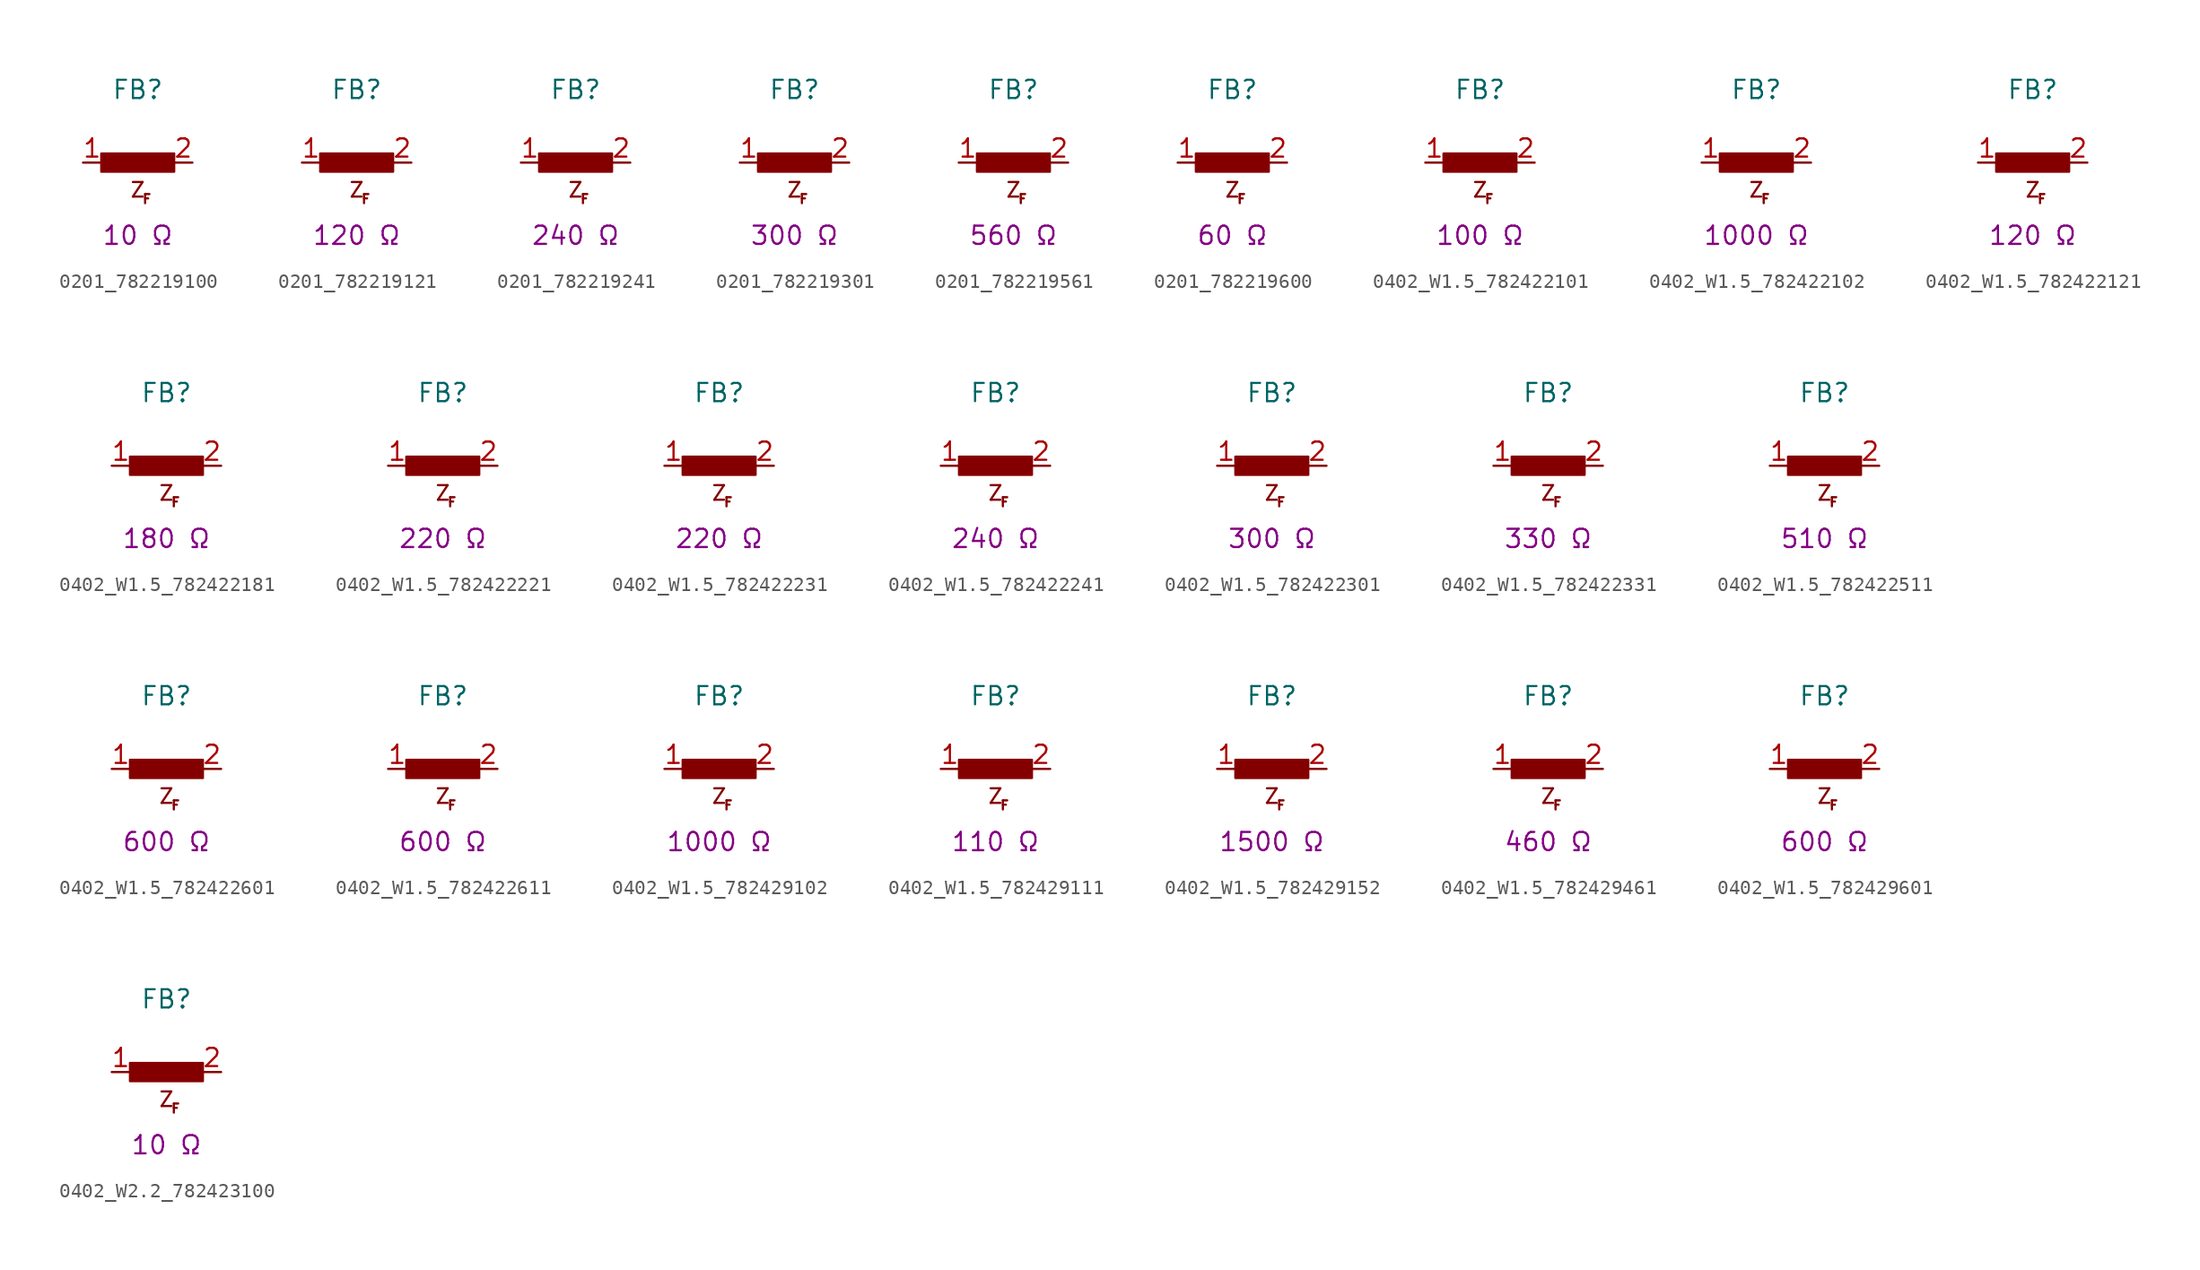
<source format=kicad_sym>
(kicad_symbol_lib
  (version 20220914)
  (generator kicad_symbol_editor)
  (symbol "0201_782219100"
    (pin_names hide)
    (property "Reference" "FB"
      (at 0 5.08 0)
      (effects (font (size 1.27 1.27))))
    (property "Critical Parameter" "10 Ω"
      (at 0 -5.08 0)
      (effects (font (size 1.27 1.27))))
    (symbol "0201_782219100_0_1"
      (rectangle (start -2.54 0.635) (end 2.54 -0.635) (stroke (width 0) (type default)) (fill (type outline)))
      (text "F" (at 0.635 -2.54 0) (effects (font (size 0.635 0.635))))
      (text "Z" (at 0 -1.905 0) (effects (font (size 1.016 1.016))))
      (pin passive line (at -3.81 0 0) (length 1.27) (name "1" (effects (font (size 1.27 1.27)))) (number "1" (effects (font (size 1.27 1.27)))))
      (pin passive line (at 3.81 0 180) (length 1.27) (name "2" (effects (font (size 1.27 1.27)))) (number "2" (effects (font (size 1.27 1.27)))))))
  (symbol "0201_782219121"
    (pin_names hide)
    (property "Reference" "FB"
      (at 0 5.08 0)
      (effects (font (size 1.27 1.27))))
    (property "Critical Parameter" "120 Ω"
      (at 0 -5.08 0)
      (effects (font (size 1.27 1.27))))
    (symbol "0201_782219121_0_1"
      (rectangle (start -2.54 0.635) (end 2.54 -0.635) (stroke (width 0) (type default)) (fill (type outline)))
      (text "F" (at 0.635 -2.54 0) (effects (font (size 0.635 0.635))))
      (text "Z" (at 0 -1.905 0) (effects (font (size 1.016 1.016))))
      (pin passive line (at -3.81 0 0) (length 1.27) (name "1" (effects (font (size 1.27 1.27)))) (number "1" (effects (font (size 1.27 1.27)))))
      (pin passive line (at 3.81 0 180) (length 1.27) (name "2" (effects (font (size 1.27 1.27)))) (number "2" (effects (font (size 1.27 1.27)))))))
  (symbol "0201_782219241"
    (pin_names hide)
    (property "Reference" "FB"
      (at 0 5.08 0)
      (effects (font (size 1.27 1.27))))
    (property "Critical Parameter" "240 Ω"
      (at 0 -5.08 0)
      (effects (font (size 1.27 1.27))))
    (symbol "0201_782219241_0_1"
      (rectangle (start -2.54 0.635) (end 2.54 -0.635) (stroke (width 0) (type default)) (fill (type outline)))
      (text "F" (at 0.635 -2.54 0) (effects (font (size 0.635 0.635))))
      (text "Z" (at 0 -1.905 0) (effects (font (size 1.016 1.016))))
      (pin passive line (at -3.81 0 0) (length 1.27) (name "1" (effects (font (size 1.27 1.27)))) (number "1" (effects (font (size 1.27 1.27)))))
      (pin passive line (at 3.81 0 180) (length 1.27) (name "2" (effects (font (size 1.27 1.27)))) (number "2" (effects (font (size 1.27 1.27)))))))
  (symbol "0201_782219301"
    (pin_names hide)
    (property "Reference" "FB"
      (at 0 5.08 0)
      (effects (font (size 1.27 1.27))))
    (property "Critical Parameter" "300 Ω"
      (at 0 -5.08 0)
      (effects (font (size 1.27 1.27))))
    (symbol "0201_782219301_0_1"
      (rectangle (start -2.54 0.635) (end 2.54 -0.635) (stroke (width 0) (type default)) (fill (type outline)))
      (text "F" (at 0.635 -2.54 0) (effects (font (size 0.635 0.635))))
      (text "Z" (at 0 -1.905 0) (effects (font (size 1.016 1.016))))
      (pin passive line (at -3.81 0 0) (length 1.27) (name "1" (effects (font (size 1.27 1.27)))) (number "1" (effects (font (size 1.27 1.27)))))
      (pin passive line (at 3.81 0 180) (length 1.27) (name "2" (effects (font (size 1.27 1.27)))) (number "2" (effects (font (size 1.27 1.27)))))))
  (symbol "0201_782219561"
    (pin_names hide)
    (property "Reference" "FB"
      (at 0 5.08 0)
      (effects (font (size 1.27 1.27))))
    (property "Critical Parameter" "560 Ω"
      (at 0 -5.08 0)
      (effects (font (size 1.27 1.27))))
    (symbol "0201_782219561_0_1"
      (rectangle (start -2.54 0.635) (end 2.54 -0.635) (stroke (width 0) (type default)) (fill (type outline)))
      (text "F" (at 0.635 -2.54 0) (effects (font (size 0.635 0.635))))
      (text "Z" (at 0 -1.905 0) (effects (font (size 1.016 1.016))))
      (pin passive line (at -3.81 0 0) (length 1.27) (name "1" (effects (font (size 1.27 1.27)))) (number "1" (effects (font (size 1.27 1.27)))))
      (pin passive line (at 3.81 0 180) (length 1.27) (name "2" (effects (font (size 1.27 1.27)))) (number "2" (effects (font (size 1.27 1.27)))))))
  (symbol "0201_782219600"
    (pin_names hide)
    (property "Reference" "FB"
      (at 0 5.08 0)
      (effects (font (size 1.27 1.27))))
    (property "Critical Parameter" "60 Ω"
      (at 0 -5.08 0)
      (effects (font (size 1.27 1.27))))
    (symbol "0201_782219600_0_1"
      (rectangle (start -2.54 0.635) (end 2.54 -0.635) (stroke (width 0) (type default)) (fill (type outline)))
      (text "F" (at 0.635 -2.54 0) (effects (font (size 0.635 0.635))))
      (text "Z" (at 0 -1.905 0) (effects (font (size 1.016 1.016))))
      (pin passive line (at -3.81 0 0) (length 1.27) (name "1" (effects (font (size 1.27 1.27)))) (number "1" (effects (font (size 1.27 1.27)))))
      (pin passive line (at 3.81 0 180) (length 1.27) (name "2" (effects (font (size 1.27 1.27)))) (number "2" (effects (font (size 1.27 1.27)))))))
  (symbol "0402_W1.5_782422101"
    (pin_names hide)
    (property "Reference" "FB"
      (at 0 5.08 0)
      (effects (font (size 1.27 1.27))))
    (property "Critical Parameter" "100 Ω"
      (at 0 -5.08 0)
      (effects (font (size 1.27 1.27))))
    (symbol "0402_W1.5_782422101_0_1"
      (rectangle (start -2.54 0.635) (end 2.54 -0.635) (stroke (width 0) (type default)) (fill (type outline)))
      (text "F" (at 0.635 -2.54 0) (effects (font (size 0.635 0.635))))
      (text "Z" (at 0 -1.905 0) (effects (font (size 1.016 1.016))))
      (pin passive line (at -3.81 0 0) (length 1.27) (name "1" (effects (font (size 1.27 1.27)))) (number "1" (effects (font (size 1.27 1.27)))))
      (pin passive line (at 3.81 0 180) (length 1.27) (name "2" (effects (font (size 1.27 1.27)))) (number "2" (effects (font (size 1.27 1.27)))))))
  (symbol "0402_W1.5_782422102"
    (pin_names hide)
    (property "Reference" "FB"
      (at 0 5.08 0)
      (effects (font (size 1.27 1.27))))
    (property "Critical Parameter" "1000 Ω"
      (at 0 -5.08 0)
      (effects (font (size 1.27 1.27))))
    (symbol "0402_W1.5_782422102_0_1"
      (rectangle (start -2.54 0.635) (end 2.54 -0.635) (stroke (width 0) (type default)) (fill (type outline)))
      (text "F" (at 0.635 -2.54 0) (effects (font (size 0.635 0.635))))
      (text "Z" (at 0 -1.905 0) (effects (font (size 1.016 1.016))))
      (pin passive line (at -3.81 0 0) (length 1.27) (name "1" (effects (font (size 1.27 1.27)))) (number "1" (effects (font (size 1.27 1.27)))))
      (pin passive line (at 3.81 0 180) (length 1.27) (name "2" (effects (font (size 1.27 1.27)))) (number "2" (effects (font (size 1.27 1.27)))))))
  (symbol "0402_W1.5_782422121"
    (pin_names hide)
    (property "Reference" "FB"
      (at 0 5.08 0)
      (effects (font (size 1.27 1.27))))
    (property "Critical Parameter" "120 Ω"
      (at 0 -5.08 0)
      (effects (font (size 1.27 1.27))))
    (symbol "0402_W1.5_782422121_0_1"
      (rectangle (start -2.54 0.635) (end 2.54 -0.635) (stroke (width 0) (type default)) (fill (type outline)))
      (text "F" (at 0.635 -2.54 0) (effects (font (size 0.635 0.635))))
      (text "Z" (at 0 -1.905 0) (effects (font (size 1.016 1.016))))
      (pin passive line (at -3.81 0 0) (length 1.27) (name "1" (effects (font (size 1.27 1.27)))) (number "1" (effects (font (size 1.27 1.27)))))
      (pin passive line (at 3.81 0 180) (length 1.27) (name "2" (effects (font (size 1.27 1.27)))) (number "2" (effects (font (size 1.27 1.27)))))))
  (symbol "0402_W1.5_782422181"
    (pin_names hide)
    (property "Reference" "FB"
      (at 0 5.08 0)
      (effects (font (size 1.27 1.27))))
    (property "Critical Parameter" "180 Ω"
      (at 0 -5.08 0)
      (effects (font (size 1.27 1.27))))
    (symbol "0402_W1.5_782422181_0_1"
      (rectangle (start -2.54 0.635) (end 2.54 -0.635) (stroke (width 0) (type default)) (fill (type outline)))
      (text "F" (at 0.635 -2.54 0) (effects (font (size 0.635 0.635))))
      (text "Z" (at 0 -1.905 0) (effects (font (size 1.016 1.016))))
      (pin passive line (at -3.81 0 0) (length 1.27) (name "1" (effects (font (size 1.27 1.27)))) (number "1" (effects (font (size 1.27 1.27)))))
      (pin passive line (at 3.81 0 180) (length 1.27) (name "2" (effects (font (size 1.27 1.27)))) (number "2" (effects (font (size 1.27 1.27)))))))
  (symbol "0402_W1.5_782422221"
    (pin_names hide)
    (property "Reference" "FB"
      (at 0 5.08 0)
      (effects (font (size 1.27 1.27))))
    (property "Critical Parameter" "220 Ω"
      (at 0 -5.08 0)
      (effects (font (size 1.27 1.27))))
    (symbol "0402_W1.5_782422221_0_1"
      (rectangle (start -2.54 0.635) (end 2.54 -0.635) (stroke (width 0) (type default)) (fill (type outline)))
      (text "F" (at 0.635 -2.54 0) (effects (font (size 0.635 0.635))))
      (text "Z" (at 0 -1.905 0) (effects (font (size 1.016 1.016))))
      (pin passive line (at -3.81 0 0) (length 1.27) (name "1" (effects (font (size 1.27 1.27)))) (number "1" (effects (font (size 1.27 1.27)))))
      (pin passive line (at 3.81 0 180) (length 1.27) (name "2" (effects (font (size 1.27 1.27)))) (number "2" (effects (font (size 1.27 1.27)))))))
  (symbol "0402_W1.5_782422231"
    (pin_names hide)
    (property "Reference" "FB"
      (at 0 5.08 0)
      (effects (font (size 1.27 1.27))))
    (property "Critical Parameter" "220 Ω"
      (at 0 -5.08 0)
      (effects (font (size 1.27 1.27))))
    (symbol "0402_W1.5_782422231_0_1"
      (rectangle (start -2.54 0.635) (end 2.54 -0.635) (stroke (width 0) (type default)) (fill (type outline)))
      (text "F" (at 0.635 -2.54 0) (effects (font (size 0.635 0.635))))
      (text "Z" (at 0 -1.905 0) (effects (font (size 1.016 1.016))))
      (pin passive line (at -3.81 0 0) (length 1.27) (name "1" (effects (font (size 1.27 1.27)))) (number "1" (effects (font (size 1.27 1.27)))))
      (pin passive line (at 3.81 0 180) (length 1.27) (name "2" (effects (font (size 1.27 1.27)))) (number "2" (effects (font (size 1.27 1.27)))))))
  (symbol "0402_W1.5_782422241"
    (pin_names hide)
    (property "Reference" "FB"
      (at 0 5.08 0)
      (effects (font (size 1.27 1.27))))
    (property "Critical Parameter" "240 Ω"
      (at 0 -5.08 0)
      (effects (font (size 1.27 1.27))))
    (symbol "0402_W1.5_782422241_0_1"
      (rectangle (start -2.54 0.635) (end 2.54 -0.635) (stroke (width 0) (type default)) (fill (type outline)))
      (text "F" (at 0.635 -2.54 0) (effects (font (size 0.635 0.635))))
      (text "Z" (at 0 -1.905 0) (effects (font (size 1.016 1.016))))
      (pin passive line (at -3.81 0 0) (length 1.27) (name "1" (effects (font (size 1.27 1.27)))) (number "1" (effects (font (size 1.27 1.27)))))
      (pin passive line (at 3.81 0 180) (length 1.27) (name "2" (effects (font (size 1.27 1.27)))) (number "2" (effects (font (size 1.27 1.27)))))))
  (symbol "0402_W1.5_782422301"
    (pin_names hide)
    (property "Reference" "FB"
      (at 0 5.08 0)
      (effects (font (size 1.27 1.27))))
    (property "Critical Parameter" "300 Ω"
      (at 0 -5.08 0)
      (effects (font (size 1.27 1.27))))
    (symbol "0402_W1.5_782422301_0_1"
      (rectangle (start -2.54 0.635) (end 2.54 -0.635) (stroke (width 0) (type default)) (fill (type outline)))
      (text "F" (at 0.635 -2.54 0) (effects (font (size 0.635 0.635))))
      (text "Z" (at 0 -1.905 0) (effects (font (size 1.016 1.016))))
      (pin passive line (at -3.81 0 0) (length 1.27) (name "1" (effects (font (size 1.27 1.27)))) (number "1" (effects (font (size 1.27 1.27)))))
      (pin passive line (at 3.81 0 180) (length 1.27) (name "2" (effects (font (size 1.27 1.27)))) (number "2" (effects (font (size 1.27 1.27)))))))
  (symbol "0402_W1.5_782422331"
    (pin_names hide)
    (property "Reference" "FB"
      (at 0 5.08 0)
      (effects (font (size 1.27 1.27))))
    (property "Critical Parameter" "330 Ω"
      (at 0 -5.08 0)
      (effects (font (size 1.27 1.27))))
    (symbol "0402_W1.5_782422331_0_1"
      (rectangle (start -2.54 0.635) (end 2.54 -0.635) (stroke (width 0) (type default)) (fill (type outline)))
      (text "F" (at 0.635 -2.54 0) (effects (font (size 0.635 0.635))))
      (text "Z" (at 0 -1.905 0) (effects (font (size 1.016 1.016))))
      (pin passive line (at -3.81 0 0) (length 1.27) (name "1" (effects (font (size 1.27 1.27)))) (number "1" (effects (font (size 1.27 1.27)))))
      (pin passive line (at 3.81 0 180) (length 1.27) (name "2" (effects (font (size 1.27 1.27)))) (number "2" (effects (font (size 1.27 1.27)))))))
  (symbol "0402_W1.5_782422511"
    (pin_names hide)
    (property "Reference" "FB"
      (at 0 5.08 0)
      (effects (font (size 1.27 1.27))))
    (property "Critical Parameter" "510 Ω"
      (at 0 -5.08 0)
      (effects (font (size 1.27 1.27))))
    (symbol "0402_W1.5_782422511_0_1"
      (rectangle (start -2.54 0.635) (end 2.54 -0.635) (stroke (width 0) (type default)) (fill (type outline)))
      (text "F" (at 0.635 -2.54 0) (effects (font (size 0.635 0.635))))
      (text "Z" (at 0 -1.905 0) (effects (font (size 1.016 1.016))))
      (pin passive line (at -3.81 0 0) (length 1.27) (name "1" (effects (font (size 1.27 1.27)))) (number "1" (effects (font (size 1.27 1.27)))))
      (pin passive line (at 3.81 0 180) (length 1.27) (name "2" (effects (font (size 1.27 1.27)))) (number "2" (effects (font (size 1.27 1.27)))))))
  (symbol "0402_W1.5_782422601"
    (pin_names hide)
    (property "Reference" "FB"
      (at 0 5.08 0)
      (effects (font (size 1.27 1.27))))
    (property "Critical Parameter" "600 Ω"
      (at 0 -5.08 0)
      (effects (font (size 1.27 1.27))))
    (symbol "0402_W1.5_782422601_0_1"
      (rectangle (start -2.54 0.635) (end 2.54 -0.635) (stroke (width 0) (type default)) (fill (type outline)))
      (text "F" (at 0.635 -2.54 0) (effects (font (size 0.635 0.635))))
      (text "Z" (at 0 -1.905 0) (effects (font (size 1.016 1.016))))
      (pin passive line (at -3.81 0 0) (length 1.27) (name "1" (effects (font (size 1.27 1.27)))) (number "1" (effects (font (size 1.27 1.27)))))
      (pin passive line (at 3.81 0 180) (length 1.27) (name "2" (effects (font (size 1.27 1.27)))) (number "2" (effects (font (size 1.27 1.27)))))))
  (symbol "0402_W1.5_782422611"
    (pin_names hide)
    (property "Reference" "FB"
      (at 0 5.08 0)
      (effects (font (size 1.27 1.27))))
    (property "Critical Parameter" "600 Ω"
      (at 0 -5.08 0)
      (effects (font (size 1.27 1.27))))
    (symbol "0402_W1.5_782422611_0_1"
      (rectangle (start -2.54 0.635) (end 2.54 -0.635) (stroke (width 0) (type default)) (fill (type outline)))
      (text "F" (at 0.635 -2.54 0) (effects (font (size 0.635 0.635))))
      (text "Z" (at 0 -1.905 0) (effects (font (size 1.016 1.016))))
      (pin passive line (at -3.81 0 0) (length 1.27) (name "1" (effects (font (size 1.27 1.27)))) (number "1" (effects (font (size 1.27 1.27)))))
      (pin passive line (at 3.81 0 180) (length 1.27) (name "2" (effects (font (size 1.27 1.27)))) (number "2" (effects (font (size 1.27 1.27)))))))
  (symbol "0402_W1.5_782429102"
    (pin_names hide)
    (property "Reference" "FB"
      (at 0 5.08 0)
      (effects (font (size 1.27 1.27))))
    (property "Critical Parameter" "1000 Ω"
      (at 0 -5.08 0)
      (effects (font (size 1.27 1.27))))
    (symbol "0402_W1.5_782429102_0_1"
      (rectangle (start -2.54 0.635) (end 2.54 -0.635) (stroke (width 0) (type default)) (fill (type outline)))
      (text "F" (at 0.635 -2.54 0) (effects (font (size 0.635 0.635))))
      (text "Z" (at 0 -1.905 0) (effects (font (size 1.016 1.016))))
      (pin passive line (at -3.81 0 0) (length 1.27) (name "1" (effects (font (size 1.27 1.27)))) (number "1" (effects (font (size 1.27 1.27)))))
      (pin passive line (at 3.81 0 180) (length 1.27) (name "2" (effects (font (size 1.27 1.27)))) (number "2" (effects (font (size 1.27 1.27)))))))
  (symbol "0402_W1.5_782429111"
    (pin_names hide)
    (property "Reference" "FB"
      (at 0 5.08 0)
      (effects (font (size 1.27 1.27))))
    (property "Critical Parameter" "110 Ω"
      (at 0 -5.08 0)
      (effects (font (size 1.27 1.27))))
    (symbol "0402_W1.5_782429111_0_1"
      (rectangle (start -2.54 0.635) (end 2.54 -0.635) (stroke (width 0) (type default)) (fill (type outline)))
      (text "F" (at 0.635 -2.54 0) (effects (font (size 0.635 0.635))))
      (text "Z" (at 0 -1.905 0) (effects (font (size 1.016 1.016))))
      (pin passive line (at -3.81 0 0) (length 1.27) (name "1" (effects (font (size 1.27 1.27)))) (number "1" (effects (font (size 1.27 1.27)))))
      (pin passive line (at 3.81 0 180) (length 1.27) (name "2" (effects (font (size 1.27 1.27)))) (number "2" (effects (font (size 1.27 1.27)))))))
  (symbol "0402_W1.5_782429152"
    (pin_names hide)
    (property "Reference" "FB"
      (at 0 5.08 0)
      (effects (font (size 1.27 1.27))))
    (property "Critical Parameter" "1500 Ω"
      (at 0 -5.08 0)
      (effects (font (size 1.27 1.27))))
    (symbol "0402_W1.5_782429152_0_1"
      (rectangle (start -2.54 0.635) (end 2.54 -0.635) (stroke (width 0) (type default)) (fill (type outline)))
      (text "F" (at 0.635 -2.54 0) (effects (font (size 0.635 0.635))))
      (text "Z" (at 0 -1.905 0) (effects (font (size 1.016 1.016))))
      (pin passive line (at -3.81 0 0) (length 1.27) (name "1" (effects (font (size 1.27 1.27)))) (number "1" (effects (font (size 1.27 1.27)))))
      (pin passive line (at 3.81 0 180) (length 1.27) (name "2" (effects (font (size 1.27 1.27)))) (number "2" (effects (font (size 1.27 1.27)))))))
  (symbol "0402_W1.5_782429461"
    (pin_names hide)
    (property "Reference" "FB"
      (at 0 5.08 0)
      (effects (font (size 1.27 1.27))))
    (property "Critical Parameter" "460 Ω"
      (at 0 -5.08 0)
      (effects (font (size 1.27 1.27))))
    (symbol "0402_W1.5_782429461_0_1"
      (rectangle (start -2.54 0.635) (end 2.54 -0.635) (stroke (width 0) (type default)) (fill (type outline)))
      (text "F" (at 0.635 -2.54 0) (effects (font (size 0.635 0.635))))
      (text "Z" (at 0 -1.905 0) (effects (font (size 1.016 1.016))))
      (pin passive line (at -3.81 0 0) (length 1.27) (name "1" (effects (font (size 1.27 1.27)))) (number "1" (effects (font (size 1.27 1.27)))))
      (pin passive line (at 3.81 0 180) (length 1.27) (name "2" (effects (font (size 1.27 1.27)))) (number "2" (effects (font (size 1.27 1.27)))))))
  (symbol "0402_W1.5_782429601"
    (pin_names hide)
    (property "Reference" "FB"
      (at 0 5.08 0)
      (effects (font (size 1.27 1.27))))
    (property "Critical Parameter" "600 Ω"
      (at 0 -5.08 0)
      (effects (font (size 1.27 1.27))))
    (symbol "0402_W1.5_782429601_0_1"
      (rectangle (start -2.54 0.635) (end 2.54 -0.635) (stroke (width 0) (type default)) (fill (type outline)))
      (text "F" (at 0.635 -2.54 0) (effects (font (size 0.635 0.635))))
      (text "Z" (at 0 -1.905 0) (effects (font (size 1.016 1.016))))
      (pin passive line (at -3.81 0 0) (length 1.27) (name "1" (effects (font (size 1.27 1.27)))) (number "1" (effects (font (size 1.27 1.27)))))
      (pin passive line (at 3.81 0 180) (length 1.27) (name "2" (effects (font (size 1.27 1.27)))) (number "2" (effects (font (size 1.27 1.27)))))))
  (symbol "0402_W2.2_782423100"
    (pin_names hide)
    (property "Reference" "FB"
      (at 0 5.08 0)
      (effects (font (size 1.27 1.27))))
    (property "Critical Parameter" "10 Ω"
      (at 0 -5.08 0)
      (effects (font (size 1.27 1.27))))
    (symbol "0402_W2.2_782423100_0_1"
      (rectangle (start -2.54 0.635) (end 2.54 -0.635) (stroke (width 0) (type default)) (fill (type outline)))
      (text "F" (at 0.635 -2.54 0) (effects (font (size 0.635 0.635))))
      (text "Z" (at 0 -1.905 0) (effects (font (size 1.016 1.016))))
      (pin passive line (at -3.81 0 0) (length 1.27) (name "1" (effects (font (size 1.27 1.27)))) (number "1" (effects (font (size 1.27 1.27)))))
      (pin passive line (at 3.81 0 180) (length 1.27) (name "2" (effects (font (size 1.27 1.27)))) (number "2" (effects (font (size 1.27 1.27))))))))
</source>
